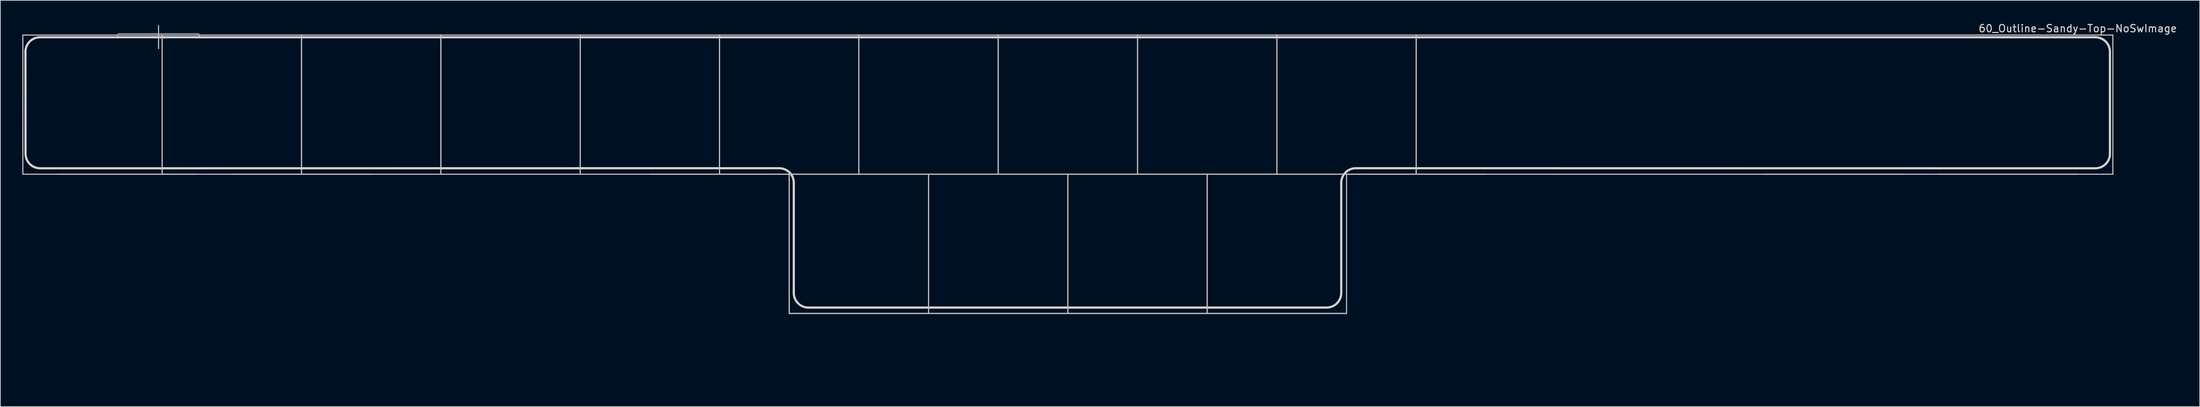
<source format=kicad_pcb>
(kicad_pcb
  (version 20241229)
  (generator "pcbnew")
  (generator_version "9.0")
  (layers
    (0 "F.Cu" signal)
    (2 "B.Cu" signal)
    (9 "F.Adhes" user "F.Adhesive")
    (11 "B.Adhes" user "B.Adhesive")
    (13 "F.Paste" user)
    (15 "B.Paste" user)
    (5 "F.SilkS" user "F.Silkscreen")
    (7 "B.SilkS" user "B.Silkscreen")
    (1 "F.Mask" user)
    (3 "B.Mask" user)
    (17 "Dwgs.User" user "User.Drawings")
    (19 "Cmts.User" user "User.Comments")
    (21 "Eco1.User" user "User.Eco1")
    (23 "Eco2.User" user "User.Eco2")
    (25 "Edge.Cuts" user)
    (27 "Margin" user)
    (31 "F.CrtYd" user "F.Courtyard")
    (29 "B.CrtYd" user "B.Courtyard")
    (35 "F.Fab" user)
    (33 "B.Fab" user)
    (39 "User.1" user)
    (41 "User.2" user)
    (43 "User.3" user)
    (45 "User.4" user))
  (footprint "60_Outline-Sandy-Top-NoSwImage"
    (layer "F.Cu")
    (at 142.925 49.348)
    (property "Reference" "60_Outline-Sandy-Top-NoSwImage" (at 138.1 -48.5 0) (layer "Edge.Cuts") (effects (font (size 1 1) (thickness 0.15))))
    (attr through_hole)
    (fp_line (start -142.85 -47.6) (end -123.8 -47.6) (stroke (width 0.15) (type solid)) (layer "Dwgs.User"))
    (fp_line (start -142.85 -28.55) (end -142.85 -47.6) (stroke (width 0.15) (type solid)) (layer "Dwgs.User"))
    (fp_line (start -138.088 -28.55) (end -119.037 -28.55) (stroke (width 0.15) (type solid)) (layer "Dwgs.User"))
    (fp_line (start -129.8 -47.8) (end -118.8 -47.8) (stroke (width 0.1) (type solid)) (layer "Dwgs.User"))
    (fp_line (start -124.3 -48.9) (end -124.3 -45.75) (stroke (width 0.15) (type solid)) (layer "Dwgs.User"))
    (fp_line (start -123.8 -47.6) (end -123.8 -28.55) (stroke (width 0.15) (type solid)) (layer "Dwgs.User"))
    (fp_line (start -123.8 -47.6) (end -104.75 -47.6) (stroke (width 0.15) (type solid)) (layer "Dwgs.User"))
    (fp_line (start -123.8 -28.55) (end -142.85 -28.55) (stroke (width 0.15) (type solid)) (layer "Dwgs.User"))
    (fp_line (start -123.8 -28.55) (end -123.8 -47.6) (stroke (width 0.15) (type solid)) (layer "Dwgs.User"))
    (fp_line (start -114.275 -28.55) (end -95.225 -28.55) (stroke (width 0.15) (type solid)) (layer "Dwgs.User"))
    (fp_line (start -104.75 -47.6) (end -104.75 -28.55) (stroke (width 0.15) (type solid)) (layer "Dwgs.User"))
    (fp_line (start -104.75 -47.6) (end -85.7 -47.6) (stroke (width 0.15) (type solid)) (layer "Dwgs.User"))
    (fp_line (start -104.75 -28.55) (end -123.8 -28.55) (stroke (width 0.15) (type solid)) (layer "Dwgs.User"))
    (fp_line (start -104.75 -28.55) (end -104.75 -47.6) (stroke (width 0.15) (type solid)) (layer "Dwgs.User"))
    (fp_line (start -85.7 -47.6) (end -85.7 -28.55) (stroke (width 0.15) (type solid)) (layer "Dwgs.User"))
    (fp_line (start -85.7 -47.6) (end -66.65 -47.6) (stroke (width 0.15) (type solid)) (layer "Dwgs.User"))
    (fp_line (start -85.7 -28.55) (end -104.75 -28.55) (stroke (width 0.15) (type solid)) (layer "Dwgs.User"))
    (fp_line (start -85.7 -28.55) (end -85.7 -47.6) (stroke (width 0.15) (type solid)) (layer "Dwgs.User"))
    (fp_line (start -66.65 -47.6) (end -66.65 -28.55) (stroke (width 0.15) (type solid)) (layer "Dwgs.User"))
    (fp_line (start -66.65 -47.6) (end -47.6 -47.6) (stroke (width 0.15) (type solid)) (layer "Dwgs.User"))
    (fp_line (start -66.65 -28.55) (end -85.7 -28.55) (stroke (width 0.15) (type solid)) (layer "Dwgs.User"))
    (fp_line (start -66.65 -28.55) (end -66.65 -47.6) (stroke (width 0.15) (type solid)) (layer "Dwgs.User"))
    (fp_line (start -57.125 -28.55) (end -38.075 -28.55) (stroke (width 0.15) (type solid)) (layer "Dwgs.User"))
    (fp_line (start -47.6 -47.6) (end -47.6 -28.55) (stroke (width 0.15) (type solid)) (layer "Dwgs.User"))
    (fp_line (start -47.6 -47.6) (end -28.55 -47.6) (stroke (width 0.15) (type solid)) (layer "Dwgs.User"))
    (fp_line (start -47.6 -28.55) (end -66.65 -28.55) (stroke (width 0.15) (type solid)) (layer "Dwgs.User"))
    (fp_line (start -47.6 -28.55) (end -47.6 -47.6) (stroke (width 0.15) (type solid)) (layer "Dwgs.User"))
    (fp_line (start -38.075 -28.55) (end -38.075 -9.5) (stroke (width 0.15) (type solid)) (layer "Dwgs.User"))
    (fp_line (start -38.075 -28.55) (end -19.025 -28.55) (stroke (width 0.15) (type solid)) (layer "Dwgs.User"))
    (fp_line (start -38.075 -9.5) (end -38.075 -28.55) (stroke (width 0.15) (type solid)) (layer "Dwgs.User"))
    (fp_line (start -38.075 -9.5) (end -19.025 -9.5) (stroke (width 0.15) (type solid)) (layer "Dwgs.User"))
    (fp_line (start -28.55 -47.6) (end -28.55 -28.55) (stroke (width 0.15) (type solid)) (layer "Dwgs.User"))
    (fp_line (start -28.55 -47.6) (end -9.5 -47.6) (stroke (width 0.15) (type solid)) (layer "Dwgs.User"))
    (fp_line (start -28.55 -28.55) (end -47.6 -28.55) (stroke (width 0.15) (type solid)) (layer "Dwgs.User"))
    (fp_line (start -28.55 -28.55) (end -28.55 -47.6) (stroke (width 0.15) (type solid)) (layer "Dwgs.User"))
    (fp_line (start -19.025 -28.55) (end -19.025 -9.5) (stroke (width 0.15) (type solid)) (layer "Dwgs.User"))
    (fp_line (start -19.025 -28.55) (end 0.025 -28.55) (stroke (width 0.15) (type solid)) (layer "Dwgs.User"))
    (fp_line (start -19.025 -9.5) (end -38.075 -9.5) (stroke (width 0.15) (type solid)) (layer "Dwgs.User"))
    (fp_line (start -19.025 -9.5) (end -19.025 -28.55) (stroke (width 0.15) (type solid)) (layer "Dwgs.User"))
    (fp_line (start -19.025 -9.5) (end 0.025 -9.5) (stroke (width 0.15) (type solid)) (layer "Dwgs.User"))
    (fp_line (start -9.5 -47.6) (end -9.5 -28.55) (stroke (width 0.15) (type solid)) (layer "Dwgs.User"))
    (fp_line (start -9.5 -47.6) (end 9.55 -47.6) (stroke (width 0.15) (type solid)) (layer "Dwgs.User"))
    (fp_line (start -9.5 -28.55) (end -28.55 -28.55) (stroke (width 0.15) (type solid)) (layer "Dwgs.User"))
    (fp_line (start -9.5 -28.55) (end -9.5 -47.6) (stroke (width 0.15) (type solid)) (layer "Dwgs.User"))
    (fp_line (start 0.025 -28.55) (end 0.025 -9.5) (stroke (width 0.15) (type solid)) (layer "Dwgs.User"))
    (fp_line (start 0.025 -28.55) (end 19.075 -28.55) (stroke (width 0.15) (type solid)) (layer "Dwgs.User"))
    (fp_line (start 0.025 -9.5) (end -19.025 -9.5) (stroke (width 0.15) (type solid)) (layer "Dwgs.User"))
    (fp_line (start 0.025 -9.5) (end 0.025 -28.55) (stroke (width 0.15) (type solid)) (layer "Dwgs.User"))
    (fp_line (start 0.025 -9.5) (end 19.075 -9.5) (stroke (width 0.15) (type solid)) (layer "Dwgs.User"))
    (fp_line (start 9.55 -47.6) (end 9.55 -28.55) (stroke (width 0.15) (type solid)) (layer "Dwgs.User"))
    (fp_line (start 9.55 -47.6) (end 28.6 -47.6) (stroke (width 0.15) (type solid)) (layer "Dwgs.User"))
    (fp_line (start 9.55 -28.55) (end -9.5 -28.55) (stroke (width 0.15) (type solid)) (layer "Dwgs.User"))
    (fp_line (start 9.55 -28.55) (end 9.55 -47.6) (stroke (width 0.15) (type solid)) (layer "Dwgs.User"))
    (fp_line (start 19.075 -28.55) (end 19.075 -9.5) (stroke (width 0.15) (type solid)) (layer "Dwgs.User"))
    (fp_line (start 19.075 -28.55) (end 38.125 -28.55) (stroke (width 0.15) (type solid)) (layer "Dwgs.User"))
    (fp_line (start 19.075 -9.5) (end 0.025 -9.5) (stroke (width 0.15) (type solid)) (layer "Dwgs.User"))
    (fp_line (start 19.075 -9.5) (end 19.075 -28.55) (stroke (width 0.15) (type solid)) (layer "Dwgs.User"))
    (fp_line (start 19.075 -9.5) (end 38.125 -9.5) (stroke (width 0.15) (type solid)) (layer "Dwgs.User"))
    (fp_line (start 28.6 -47.6) (end 28.6 -28.55) (stroke (width 0.15) (type solid)) (layer "Dwgs.User"))
    (fp_line (start 28.6 -47.6) (end 47.65 -47.6) (stroke (width 0.15) (type solid)) (layer "Dwgs.User"))
    (fp_line (start 28.6 -28.55) (end 9.55 -28.55) (stroke (width 0.15) (type solid)) (layer "Dwgs.User"))
    (fp_line (start 28.6 -28.55) (end 28.6 -47.6) (stroke (width 0.15) (type solid)) (layer "Dwgs.User"))
    (fp_line (start 38.125 -28.55) (end 38.125 -9.5) (stroke (width 0.15) (type solid)) (layer "Dwgs.User"))
    (fp_line (start 38.125 -28.55) (end 57.175 -28.55) (stroke (width 0.15) (type solid)) (layer "Dwgs.User"))
    (fp_line (start 38.125 -9.5) (end 19.075 -9.5) (stroke (width 0.15) (type solid)) (layer "Dwgs.User"))
    (fp_line (start 47.65 -47.6) (end 47.65 -28.55) (stroke (width 0.15) (type solid)) (layer "Dwgs.User"))
    (fp_line (start 47.65 -47.6) (end 66.7 -47.6) (stroke (width 0.15) (type solid)) (layer "Dwgs.User"))
    (fp_line (start 47.65 -28.55) (end 28.6 -28.55) (stroke (width 0.15) (type solid)) (layer "Dwgs.User"))
    (fp_line (start 47.65 -28.55) (end 47.65 -47.6) (stroke (width 0.15) (type solid)) (layer "Dwgs.User"))
    (fp_line (start 66.7 -47.6) (end 85.75 -47.6) (stroke (width 0.15) (type solid)) (layer "Dwgs.User"))
    (fp_line (start 66.7 -28.55) (end 47.65 -28.55) (stroke (width 0.15) (type solid)) (layer "Dwgs.User"))
    (fp_line (start 85.75 -47.6) (end 104.8 -47.6) (stroke (width 0.15) (type solid)) (layer "Dwgs.User"))
    (fp_line (start 85.75 -28.55) (end 66.7 -28.55) (stroke (width 0.15) (type solid)) (layer "Dwgs.User"))
    (fp_line (start 95.275 -28.55) (end 114.325 -28.55) (stroke (width 0.15) (type solid)) (layer "Dwgs.User"))
    (fp_line (start 104.8 -47.6) (end 123.85 -47.6) (stroke (width 0.15) (type solid)) (layer "Dwgs.User"))
    (fp_line (start 104.8 -28.55) (end 85.75 -28.55) (stroke (width 0.15) (type solid)) (layer "Dwgs.User"))
    (fp_line (start 119.088 -28.55) (end 138.137 -28.55) (stroke (width 0.15) (type solid)) (layer "Dwgs.User"))
    (fp_line (start 123.85 -47.6) (end 142.9 -47.6) (stroke (width 0.15) (type solid)) (layer "Dwgs.User"))
    (fp_line (start 123.85 -28.55) (end 104.8 -28.55) (stroke (width 0.15) (type solid)) (layer "Dwgs.User"))
    (fp_line (start 142.9 -47.6) (end 142.9 -28.55) (stroke (width 0.15) (type solid)) (layer "Dwgs.User"))
    (fp_line (start 142.9 -28.55) (end 123.85 -28.55) (stroke (width 0.15) (type solid)) (layer "Dwgs.User"))
    (fp_arc (start -129.8 -47.8) (mid -129.946447 -47.446447) (end -130.3 -47.3) (stroke (width 0.1) (type solid)) (layer "Dwgs.User"))
    (fp_arc (start -118.3 -47.3) (mid -118.653553 -47.446447) (end -118.8 -47.8) (stroke (width 0.1) (type solid)) (layer "Dwgs.User"))
    (fp_circle (center -47.6 -43.05) (end -45.4 -43.05) (stroke (width 0.15) (type solid)) (fill no) (layer "Eco1.User"))
    (fp_circle (center 47.65 -43.05) (end 49.85 -43.05) (stroke (width 0.15) (type solid)) (fill no) (layer "Eco1.User"))
    (fp_line (start -142.486 -31.364) (end -142.5 -45.3) (stroke (width 0.3) (type solid)) (layer "Edge.Cuts"))
    (fp_line (start -140.486 -29.364) (end -39.45 -29.375) (stroke (width 0.3) (type solid)) (layer "Edge.Cuts"))
    (fp_line (start -37.446 -12.3) (end -37.446 -27.375) (stroke (width 0.3) (type solid)) (layer "Edge.Cuts"))
    (fp_line (start -35.446 -10.3) (end 35.4 -10.3) (stroke (width 0.3) (type solid)) (layer "Edge.Cuts"))
    (fp_line (start 37.4 -12.3) (end 37.4 -27.375) (stroke (width 0.3) (type solid)) (layer "Edge.Cuts"))
    (fp_line (start 39.4 -29.375) (end 140.5 -29.364) (stroke (width 0.3) (type solid)) (layer "Edge.Cuts"))
    (fp_line (start 140.5 -47.3) (end -140.5 -47.3) (stroke (width 0.3) (type solid)) (layer "Edge.Cuts"))
    (fp_line (start 142.5 -31.364) (end 142.5 -45.3) (stroke (width 0.3) (type solid)) (layer "Edge.Cuts"))
    (fp_arc (start -142.5 -45.3) (mid -141.914214 -46.714214) (end -140.5 -47.3) (stroke (width 0.3) (type solid)) (layer "Edge.Cuts"))
    (fp_arc (start -140.485786 -29.364214) (mid -141.9 -29.95) (end -142.485786 -31.364214) (stroke (width 0.3) (type solid)) (layer "Edge.Cuts"))
    (fp_arc (start -39.445786 -29.375) (mid -38.031572 -28.789214) (end -37.445786 -27.375) (stroke (width 0.3) (type solid)) (layer "Edge.Cuts"))
    (fp_arc (start -35.445786 -10.3) (mid -36.86 -10.885786) (end -37.445786 -12.3) (stroke (width 0.3) (type solid)) (layer "Edge.Cuts"))
    (fp_arc (start 37.4 -27.375) (mid 37.985786 -28.789215) (end 39.4 -29.375) (stroke (width 0.3) (type solid)) (layer "Edge.Cuts"))
    (fp_arc (start 37.4 -12.3) (mid 36.814216 -10.885785) (end 35.4 -10.3) (stroke (width 0.3) (type solid)) (layer "Edge.Cuts"))
    (fp_arc (start 140.5 -47.3) (mid 141.914214 -46.714214) (end 142.5 -45.3) (stroke (width 0.3) (type solid)) (layer "Edge.Cuts"))
    (fp_arc (start 142.5 -31.364214) (mid 141.914204 -29.950019) (end 140.5 -29.364214) (stroke (width 0.3) (type solid)) (layer "Edge.Cuts")))
  (gr_rect
    (start -3 -3)
    (end 297.698 52.598)
    (stroke (width 0.1) (type default))
    (fill no)
    (layer "Edge.Cuts")))
</source>
